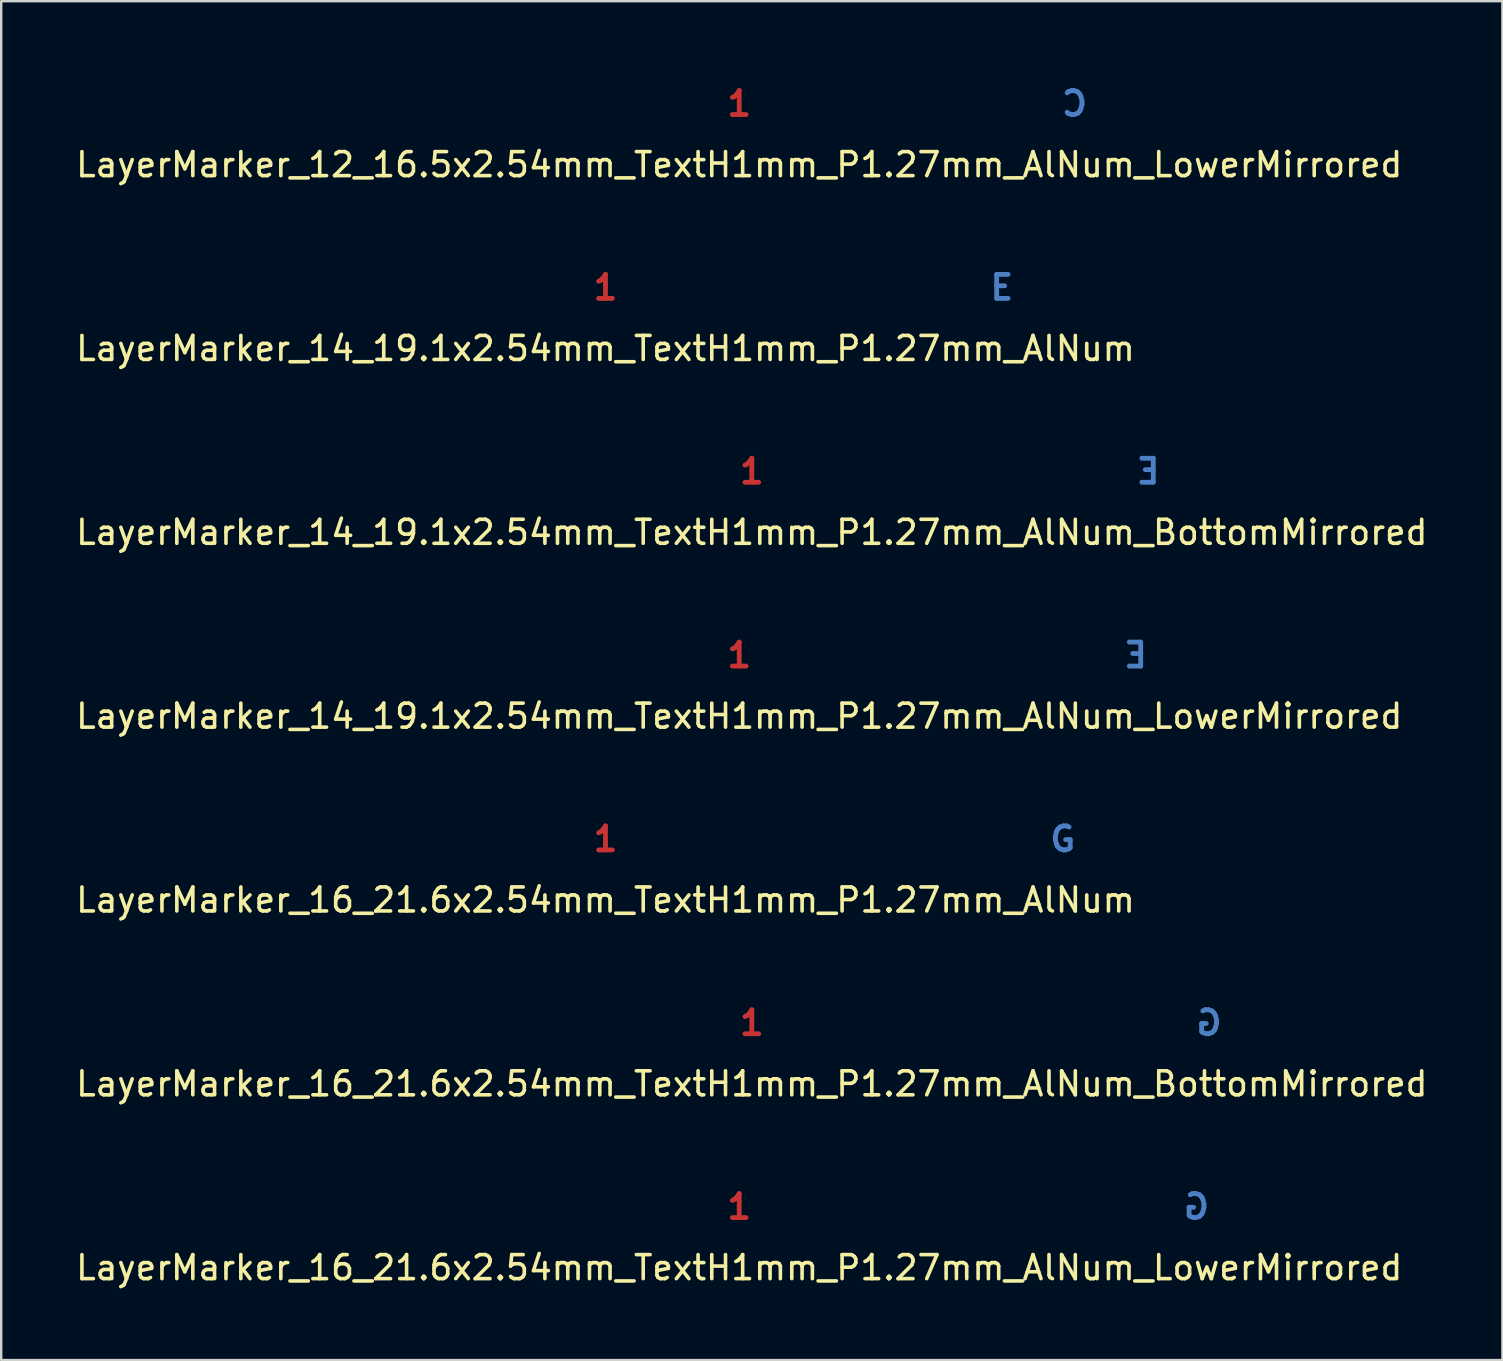
<source format=kicad_pcb>
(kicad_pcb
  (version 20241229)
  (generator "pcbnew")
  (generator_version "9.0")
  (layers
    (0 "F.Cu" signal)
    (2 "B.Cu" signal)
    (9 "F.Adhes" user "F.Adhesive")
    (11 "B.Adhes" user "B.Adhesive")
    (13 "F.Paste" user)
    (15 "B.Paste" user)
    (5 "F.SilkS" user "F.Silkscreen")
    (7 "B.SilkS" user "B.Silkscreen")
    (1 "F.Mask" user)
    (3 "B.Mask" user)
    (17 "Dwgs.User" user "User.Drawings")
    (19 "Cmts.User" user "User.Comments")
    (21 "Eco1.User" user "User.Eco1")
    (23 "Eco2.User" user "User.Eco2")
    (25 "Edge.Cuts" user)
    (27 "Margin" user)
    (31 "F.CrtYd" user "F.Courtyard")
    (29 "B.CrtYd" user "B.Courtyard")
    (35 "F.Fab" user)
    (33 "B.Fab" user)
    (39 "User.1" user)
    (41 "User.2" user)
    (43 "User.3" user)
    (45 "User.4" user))
  (footprint "LayerMarker_16_21.6x2.54mm_TextH1mm_P1.27mm_AlNum"
    (layer "F.Cu")
    (at 22.173 33.173)
    (property "Reference" "LayerMarker_16_21.6x2.54mm_TextH1mm_P1.27mm_AlNum" (at 0 1.27 0) (layer "F.SilkS") (effects (font (size 1 1) (thickness 0.15))))
    (attr board_only exclude_from_pos_files exclude_from_bom allow_missing_courtyard)
    (fp_text user "1" (at 0 -1.27 0) (layer "F.Cu") (effects (font (size 1 1) (thickness 0.2))))
    (fp_text user "G" (at 19.05 -1.27 0) (layer "B.Cu") (effects (font (size 1 1) (thickness 0.2))))
    (fp_text user "2" (at 1.27 -1.27 0) (layer "In1.Cu") (effects (font (size 1 1) (thickness 0.2))))
    (fp_text user "3" (at 2.54 -1.27 0) (layer "In2.Cu") (effects (font (size 1 1) (thickness 0.2))))
    (fp_text user "4" (at 3.81 -1.27 0) (layer "In3.Cu") (effects (font (size 1 1) (thickness 0.2))))
    (fp_text user "5" (at 5.08 -1.27 0) (layer "In4.Cu") (effects (font (size 1 1) (thickness 0.2))))
    (fp_text user "6" (at 6.35 -1.27 0) (layer "In5.Cu") (effects (font (size 1 1) (thickness 0.2))))
    (fp_text user "7" (at 7.62 -1.27 0) (layer "In6.Cu") (effects (font (size 1 1) (thickness 0.2))))
    (fp_text user "8" (at 8.89 -1.27 0) (layer "In7.Cu") (effects (font (size 1 1) (thickness 0.2))))
    (fp_text user "9" (at 10.16 -1.27 0) (layer "In8.Cu") (effects (font (size 1 1) (thickness 0.2))))
    (fp_text user "A" (at 11.43 -1.27 0) (layer "In9.Cu") (effects (font (size 1 1) (thickness 0.2))))
    (fp_text user "B" (at 12.7 -1.27 0) (layer "In10.Cu") (effects (font (size 1 1) (thickness 0.2))))
    (fp_text user "C" (at 13.97 -1.27 0) (layer "In11.Cu") (effects (font (size 1 1) (thickness 0.2))))
    (fp_text user "D" (at 15.24 -1.27 0) (layer "In12.Cu") (effects (font (size 1 1) (thickness 0.2))))
    (fp_text user "E" (at 16.51 -1.27 0) (layer "In13.Cu") (effects (font (size 1 1) (thickness 0.2))))
    (fp_text user "F" (at 17.78 -1.27 0) (layer "In14.Cu") (effects (font (size 1 1) (thickness 0.2))))
    (zone (net_name "") (layers "F.Cu" "B.Cu") (hatch edge 0.5) (connect_pads) (min_thickness 0.25) (filled_areas_thickness no) (keepout (tracks not_allowed) (vias not_allowed) (pads not_allowed) (copperpour not_allowed) (footprints allowed)) (placement (enabled no)) (fill) (polygon (pts (xy 20.903 30.633) (xy 42.493 30.633) (xy 42.493 33.173) (xy 20.903 33.173)))))
  (footprint "LayerMarker_16_21.6x2.54mm_TextH1mm_P1.27mm_AlNum_BottomMirrored"
    (layer "F.Cu")
    (at 28.268 40.831)
    (property "Reference" "LayerMarker_16_21.6x2.54mm_TextH1mm_P1.27mm_AlNum_BottomMirrored" (at 0 1.27 0) (layer "F.SilkS") (effects (font (size 1 1) (thickness 0.15))))
    (attr board_only exclude_from_pos_files exclude_from_bom allow_missing_courtyard)
    (fp_text user "1" (at 0 -1.27 0) (layer "F.Cu") (effects (font (size 1 1) (thickness 0.2))))
    (fp_text user "G" (at 19.05 -1.27 0) (layer "B.Cu") (effects (font (size 1 1) (thickness 0.2)) (justify mirror)))
    (fp_text user "2" (at 1.27 -1.27 0) (layer "In1.Cu") (effects (font (size 1 1) (thickness 0.2))))
    (fp_text user "3" (at 2.54 -1.27 0) (layer "In2.Cu") (effects (font (size 1 1) (thickness 0.2))))
    (fp_text user "4" (at 3.81 -1.27 0) (layer "In3.Cu") (effects (font (size 1 1) (thickness 0.2))))
    (fp_text user "5" (at 5.08 -1.27 0) (layer "In4.Cu") (effects (font (size 1 1) (thickness 0.2))))
    (fp_text user "6" (at 6.35 -1.27 0) (layer "In5.Cu") (effects (font (size 1 1) (thickness 0.2))))
    (fp_text user "7" (at 7.62 -1.27 0) (layer "In6.Cu") (effects (font (size 1 1) (thickness 0.2))))
    (fp_text user "8" (at 8.89 -1.27 0) (layer "In7.Cu") (effects (font (size 1 1) (thickness 0.2))))
    (fp_text user "9" (at 10.16 -1.27 0) (layer "In8.Cu") (effects (font (size 1 1) (thickness 0.2))))
    (fp_text user "A" (at 11.43 -1.27 0) (layer "In9.Cu") (effects (font (size 1 1) (thickness 0.2))))
    (fp_text user "B" (at 12.7 -1.27 0) (layer "In10.Cu") (effects (font (size 1 1) (thickness 0.2))))
    (fp_text user "C" (at 13.97 -1.27 0) (layer "In11.Cu") (effects (font (size 1 1) (thickness 0.2))))
    (fp_text user "D" (at 15.24 -1.27 0) (layer "In12.Cu") (effects (font (size 1 1) (thickness 0.2))))
    (fp_text user "E" (at 16.51 -1.27 0) (layer "In13.Cu") (effects (font (size 1 1) (thickness 0.2))))
    (fp_text user "F" (at 17.78 -1.27 0) (layer "In14.Cu") (effects (font (size 1 1) (thickness 0.2))))
    (zone (net_name "") (layers "F.Cu" "B.Cu") (hatch edge 0.5) (connect_pads) (min_thickness 0.25) (filled_areas_thickness no) (keepout (tracks not_allowed) (vias not_allowed) (pads not_allowed) (copperpour not_allowed) (footprints allowed)) (placement (enabled no)) (fill) (polygon (pts (xy 26.998 38.291) (xy 48.588 38.291) (xy 48.588 40.831) (xy 26.998 40.831)))))
  (footprint "LayerMarker_14_19.1x2.54mm_TextH1mm_P1.27mm_AlNum_LowerMirrored"
    (layer "F.Cu")
    (at 27.744 25.515)
    (property "Reference" "LayerMarker_14_19.1x2.54mm_TextH1mm_P1.27mm_AlNum_LowerMirrored" (at 0 1.27 0) (layer "F.SilkS") (effects (font (size 1 1) (thickness 0.15))))
    (attr board_only exclude_from_pos_files exclude_from_bom allow_missing_courtyard)
    (fp_text user "1" (at 0 -1.27 0) (layer "F.Cu") (effects (font (size 1 1) (thickness 0.2))))
    (fp_text user "E" (at 16.51 -1.27 0) (layer "B.Cu") (effects (font (size 1 1) (thickness 0.2)) (justify mirror)))
    (fp_text user "2" (at 1.27 -1.27 0) (layer "In1.Cu") (effects (font (size 1 1) (thickness 0.2))))
    (fp_text user "3" (at 2.54 -1.27 0) (layer "In2.Cu") (effects (font (size 1 1) (thickness 0.2))))
    (fp_text user "4" (at 3.81 -1.27 0) (layer "In3.Cu") (effects (font (size 1 1) (thickness 0.2))))
    (fp_text user "5" (at 5.08 -1.27 0) (layer "In4.Cu") (effects (font (size 1 1) (thickness 0.2))))
    (fp_text user "6" (at 6.35 -1.27 0) (layer "In5.Cu") (effects (font (size 1 1) (thickness 0.2))))
    (fp_text user "7" (at 7.62 -1.27 0) (layer "In6.Cu") (effects (font (size 1 1) (thickness 0.2))))
    (fp_text user "8" (at 8.89 -1.27 0) (layer "In7.Cu") (effects (font (size 1 1) (thickness 0.2)) (justify mirror)))
    (fp_text user "9" (at 10.16 -1.27 0) (layer "In8.Cu") (effects (font (size 1 1) (thickness 0.2)) (justify mirror)))
    (fp_text user "A" (at 11.43 -1.27 0) (layer "In9.Cu") (effects (font (size 1 1) (thickness 0.2)) (justify mirror)))
    (fp_text user "B" (at 12.7 -1.27 0) (layer "In10.Cu") (effects (font (size 1 1) (thickness 0.2)) (justify mirror)))
    (fp_text user "C" (at 13.97 -1.27 0) (layer "In11.Cu") (effects (font (size 1 1) (thickness 0.2)) (justify mirror)))
    (fp_text user "D" (at 15.24 -1.27 0) (layer "In12.Cu") (effects (font (size 1 1) (thickness 0.2)) (justify mirror)))
    (zone (net_name "") (layers "F.Cu" "B.Cu") (hatch edge 0.5) (connect_pads) (min_thickness 0.25) (filled_areas_thickness no) (keepout (tracks not_allowed) (vias not_allowed) (pads not_allowed) (copperpour not_allowed) (footprints allowed)) (placement (enabled no)) (fill) (polygon (pts (xy 26.474 22.975) (xy 45.524 22.975) (xy 45.524 25.515) (xy 26.474 25.515)))))
  (footprint "LayerMarker_14_19.1x2.54mm_TextH1mm_P1.27mm_AlNum"
    (layer "F.Cu")
    (at 22.173 10.198)
    (property "Reference" "LayerMarker_14_19.1x2.54mm_TextH1mm_P1.27mm_AlNum" (at 0 1.27 0) (layer "F.SilkS") (effects (font (size 1 1) (thickness 0.15))))
    (attr board_only exclude_from_pos_files exclude_from_bom allow_missing_courtyard)
    (fp_text user "1" (at 0 -1.27 0) (layer "F.Cu") (effects (font (size 1 1) (thickness 0.2))))
    (fp_text user "E" (at 16.51 -1.27 0) (layer "B.Cu") (effects (font (size 1 1) (thickness 0.2))))
    (fp_text user "2" (at 1.27 -1.27 0) (layer "In1.Cu") (effects (font (size 1 1) (thickness 0.2))))
    (fp_text user "3" (at 2.54 -1.27 0) (layer "In2.Cu") (effects (font (size 1 1) (thickness 0.2))))
    (fp_text user "4" (at 3.81 -1.27 0) (layer "In3.Cu") (effects (font (size 1 1) (thickness 0.2))))
    (fp_text user "5" (at 5.08 -1.27 0) (layer "In4.Cu") (effects (font (size 1 1) (thickness 0.2))))
    (fp_text user "6" (at 6.35 -1.27 0) (layer "In5.Cu") (effects (font (size 1 1) (thickness 0.2))))
    (fp_text user "7" (at 7.62 -1.27 0) (layer "In6.Cu") (effects (font (size 1 1) (thickness 0.2))))
    (fp_text user "8" (at 8.89 -1.27 0) (layer "In7.Cu") (effects (font (size 1 1) (thickness 0.2))))
    (fp_text user "9" (at 10.16 -1.27 0) (layer "In8.Cu") (effects (font (size 1 1) (thickness 0.2))))
    (fp_text user "A" (at 11.43 -1.27 0) (layer "In9.Cu") (effects (font (size 1 1) (thickness 0.2))))
    (fp_text user "B" (at 12.7 -1.27 0) (layer "In10.Cu") (effects (font (size 1 1) (thickness 0.2))))
    (fp_text user "C" (at 13.97 -1.27 0) (layer "In11.Cu") (effects (font (size 1 1) (thickness 0.2))))
    (fp_text user "D" (at 15.24 -1.27 0) (layer "In12.Cu") (effects (font (size 1 1) (thickness 0.2))))
    (zone (net_name "") (layers "F.Cu" "B.Cu") (hatch edge 0.5) (connect_pads) (min_thickness 0.25) (filled_areas_thickness no) (keepout (tracks not_allowed) (vias not_allowed) (pads not_allowed) (copperpour not_allowed) (footprints allowed)) (placement (enabled no)) (fill) (polygon (pts (xy 20.903 7.658) (xy 39.953 7.658) (xy 39.953 10.198) (xy 20.903 10.198)))))
  (footprint "LayerMarker_12_16.5x2.54mm_TextH1mm_P1.27mm_AlNum_LowerMirrored"
    (layer "F.Cu")
    (at 27.744 2.54)
    (property "Reference" "LayerMarker_12_16.5x2.54mm_TextH1mm_P1.27mm_AlNum_LowerMirrored" (at 0 1.27 0) (layer "F.SilkS") (effects (font (size 1 1) (thickness 0.15))))
    (attr board_only exclude_from_pos_files exclude_from_bom allow_missing_courtyard)
    (fp_text user "1" (at 0 -1.27 0) (layer "F.Cu") (effects (font (size 1 1) (thickness 0.2))))
    (fp_text user "C" (at 13.97 -1.27 0) (layer "B.Cu") (effects (font (size 1 1) (thickness 0.2)) (justify mirror)))
    (fp_text user "2" (at 1.27 -1.27 0) (layer "In1.Cu") (effects (font (size 1 1) (thickness 0.2))))
    (fp_text user "3" (at 2.54 -1.27 0) (layer "In2.Cu") (effects (font (size 1 1) (thickness 0.2))))
    (fp_text user "4" (at 3.81 -1.27 0) (layer "In3.Cu") (effects (font (size 1 1) (thickness 0.2))))
    (fp_text user "5" (at 5.08 -1.27 0) (layer "In4.Cu") (effects (font (size 1 1) (thickness 0.2))))
    (fp_text user "6" (at 6.35 -1.27 0) (layer "In5.Cu") (effects (font (size 1 1) (thickness 0.2))))
    (fp_text user "7" (at 7.62 -1.27 0) (layer "In6.Cu") (effects (font (size 1 1) (thickness 0.2)) (justify mirror)))
    (fp_text user "8" (at 8.89 -1.27 0) (layer "In7.Cu") (effects (font (size 1 1) (thickness 0.2)) (justify mirror)))
    (fp_text user "9" (at 10.16 -1.27 0) (layer "In8.Cu") (effects (font (size 1 1) (thickness 0.2)) (justify mirror)))
    (fp_text user "A" (at 11.43 -1.27 0) (layer "In9.Cu") (effects (font (size 1 1) (thickness 0.2)) (justify mirror)))
    (fp_text user "B" (at 12.7 -1.27 0) (layer "In10.Cu") (effects (font (size 1 1) (thickness 0.2)) (justify mirror)))
    (zone (net_name "") (layers "F.Cu" "B.Cu") (hatch edge 0.5) (connect_pads) (min_thickness 0.25) (filled_areas_thickness no) (keepout (tracks not_allowed) (vias not_allowed) (pads not_allowed) (copperpour not_allowed) (footprints allowed)) (placement (enabled no)) (fill) (polygon (pts (xy 26.474 0) (xy 42.984 0) (xy 42.984 2.54) (xy 26.474 2.54)))))
  (footprint "LayerMarker_16_21.6x2.54mm_TextH1mm_P1.27mm_AlNum_LowerMirrored"
    (layer "F.Cu")
    (at 27.744 48.489)
    (property "Reference" "LayerMarker_16_21.6x2.54mm_TextH1mm_P1.27mm_AlNum_LowerMirrored" (at 0 1.27 0) (layer "F.SilkS") (effects (font (size 1 1) (thickness 0.15))))
    (attr board_only exclude_from_pos_files exclude_from_bom allow_missing_courtyard)
    (fp_text user "1" (at 0 -1.27 0) (layer "F.Cu") (effects (font (size 1 1) (thickness 0.2))))
    (fp_text user "G" (at 19.05 -1.27 0) (layer "B.Cu") (effects (font (size 1 1) (thickness 0.2)) (justify mirror)))
    (fp_text user "2" (at 1.27 -1.27 0) (layer "In1.Cu") (effects (font (size 1 1) (thickness 0.2))))
    (fp_text user "3" (at 2.54 -1.27 0) (layer "In2.Cu") (effects (font (size 1 1) (thickness 0.2))))
    (fp_text user "4" (at 3.81 -1.27 0) (layer "In3.Cu") (effects (font (size 1 1) (thickness 0.2))))
    (fp_text user "5" (at 5.08 -1.27 0) (layer "In4.Cu") (effects (font (size 1 1) (thickness 0.2))))
    (fp_text user "6" (at 6.35 -1.27 0) (layer "In5.Cu") (effects (font (size 1 1) (thickness 0.2))))
    (fp_text user "7" (at 7.62 -1.27 0) (layer "In6.Cu") (effects (font (size 1 1) (thickness 0.2))))
    (fp_text user "8" (at 8.89 -1.27 0) (layer "In7.Cu") (effects (font (size 1 1) (thickness 0.2))))
    (fp_text user "9" (at 10.16 -1.27 0) (layer "In8.Cu") (effects (font (size 1 1) (thickness 0.2)) (justify mirror)))
    (fp_text user "A" (at 11.43 -1.27 0) (layer "In9.Cu") (effects (font (size 1 1) (thickness 0.2)) (justify mirror)))
    (fp_text user "B" (at 12.7 -1.27 0) (layer "In10.Cu") (effects (font (size 1 1) (thickness 0.2)) (justify mirror)))
    (fp_text user "C" (at 13.97 -1.27 0) (layer "In11.Cu") (effects (font (size 1 1) (thickness 0.2)) (justify mirror)))
    (fp_text user "D" (at 15.24 -1.27 0) (layer "In12.Cu") (effects (font (size 1 1) (thickness 0.2)) (justify mirror)))
    (fp_text user "E" (at 16.51 -1.27 0) (layer "In13.Cu") (effects (font (size 1 1) (thickness 0.2)) (justify mirror)))
    (fp_text user "F" (at 17.78 -1.27 0) (layer "In14.Cu") (effects (font (size 1 1) (thickness 0.2)) (justify mirror)))
    (zone (net_name "") (layers "F.Cu" "B.Cu") (hatch edge 0.5) (connect_pads) (min_thickness 0.25) (filled_areas_thickness no) (keepout (tracks not_allowed) (vias not_allowed) (pads not_allowed) (copperpour not_allowed) (footprints allowed)) (placement (enabled no)) (fill) (polygon (pts (xy 26.474 45.95) (xy 48.064 45.95) (xy 48.064 48.489) (xy 26.474 48.489)))))
  (footprint "LayerMarker_14_19.1x2.54mm_TextH1mm_P1.27mm_AlNum_BottomMirrored"
    (layer "F.Cu")
    (at 28.268 17.857)
    (property "Reference" "LayerMarker_14_19.1x2.54mm_TextH1mm_P1.27mm_AlNum_BottomMirrored" (at 0 1.27 0) (layer "F.SilkS") (effects (font (size 1 1) (thickness 0.15))))
    (attr board_only exclude_from_pos_files exclude_from_bom allow_missing_courtyard)
    (fp_text user "1" (at 0 -1.27 0) (layer "F.Cu") (effects (font (size 1 1) (thickness 0.2))))
    (fp_text user "E" (at 16.51 -1.27 0) (layer "B.Cu") (effects (font (size 1 1) (thickness 0.2)) (justify mirror)))
    (fp_text user "2" (at 1.27 -1.27 0) (layer "In1.Cu") (effects (font (size 1 1) (thickness 0.2))))
    (fp_text user "3" (at 2.54 -1.27 0) (layer "In2.Cu") (effects (font (size 1 1) (thickness 0.2))))
    (fp_text user "4" (at 3.81 -1.27 0) (layer "In3.Cu") (effects (font (size 1 1) (thickness 0.2))))
    (fp_text user "5" (at 5.08 -1.27 0) (layer "In4.Cu") (effects (font (size 1 1) (thickness 0.2))))
    (fp_text user "6" (at 6.35 -1.27 0) (layer "In5.Cu") (effects (font (size 1 1) (thickness 0.2))))
    (fp_text user "7" (at 7.62 -1.27 0) (layer "In6.Cu") (effects (font (size 1 1) (thickness 0.2))))
    (fp_text user "8" (at 8.89 -1.27 0) (layer "In7.Cu") (effects (font (size 1 1) (thickness 0.2))))
    (fp_text user "9" (at 10.16 -1.27 0) (layer "In8.Cu") (effects (font (size 1 1) (thickness 0.2))))
    (fp_text user "A" (at 11.43 -1.27 0) (layer "In9.Cu") (effects (font (size 1 1) (thickness 0.2))))
    (fp_text user "B" (at 12.7 -1.27 0) (layer "In10.Cu") (effects (font (size 1 1) (thickness 0.2))))
    (fp_text user "C" (at 13.97 -1.27 0) (layer "In11.Cu") (effects (font (size 1 1) (thickness 0.2))))
    (fp_text user "D" (at 15.24 -1.27 0) (layer "In12.Cu") (effects (font (size 1 1) (thickness 0.2))))
    (zone (net_name "") (layers "F.Cu" "B.Cu") (hatch edge 0.5) (connect_pads) (min_thickness 0.25) (filled_areas_thickness no) (keepout (tracks not_allowed) (vias not_allowed) (pads not_allowed) (copperpour not_allowed) (footprints allowed)) (placement (enabled no)) (fill) (polygon (pts (xy 26.998 15.316) (xy 46.048 15.316) (xy 46.048 17.857) (xy 26.998 17.857)))))
  (gr_rect
    (start -3 -3)
    (end 59.536 53.608)
    (stroke (width 0.1) (type default))
    (fill no)
    (layer "Edge.Cuts")))
</source>
